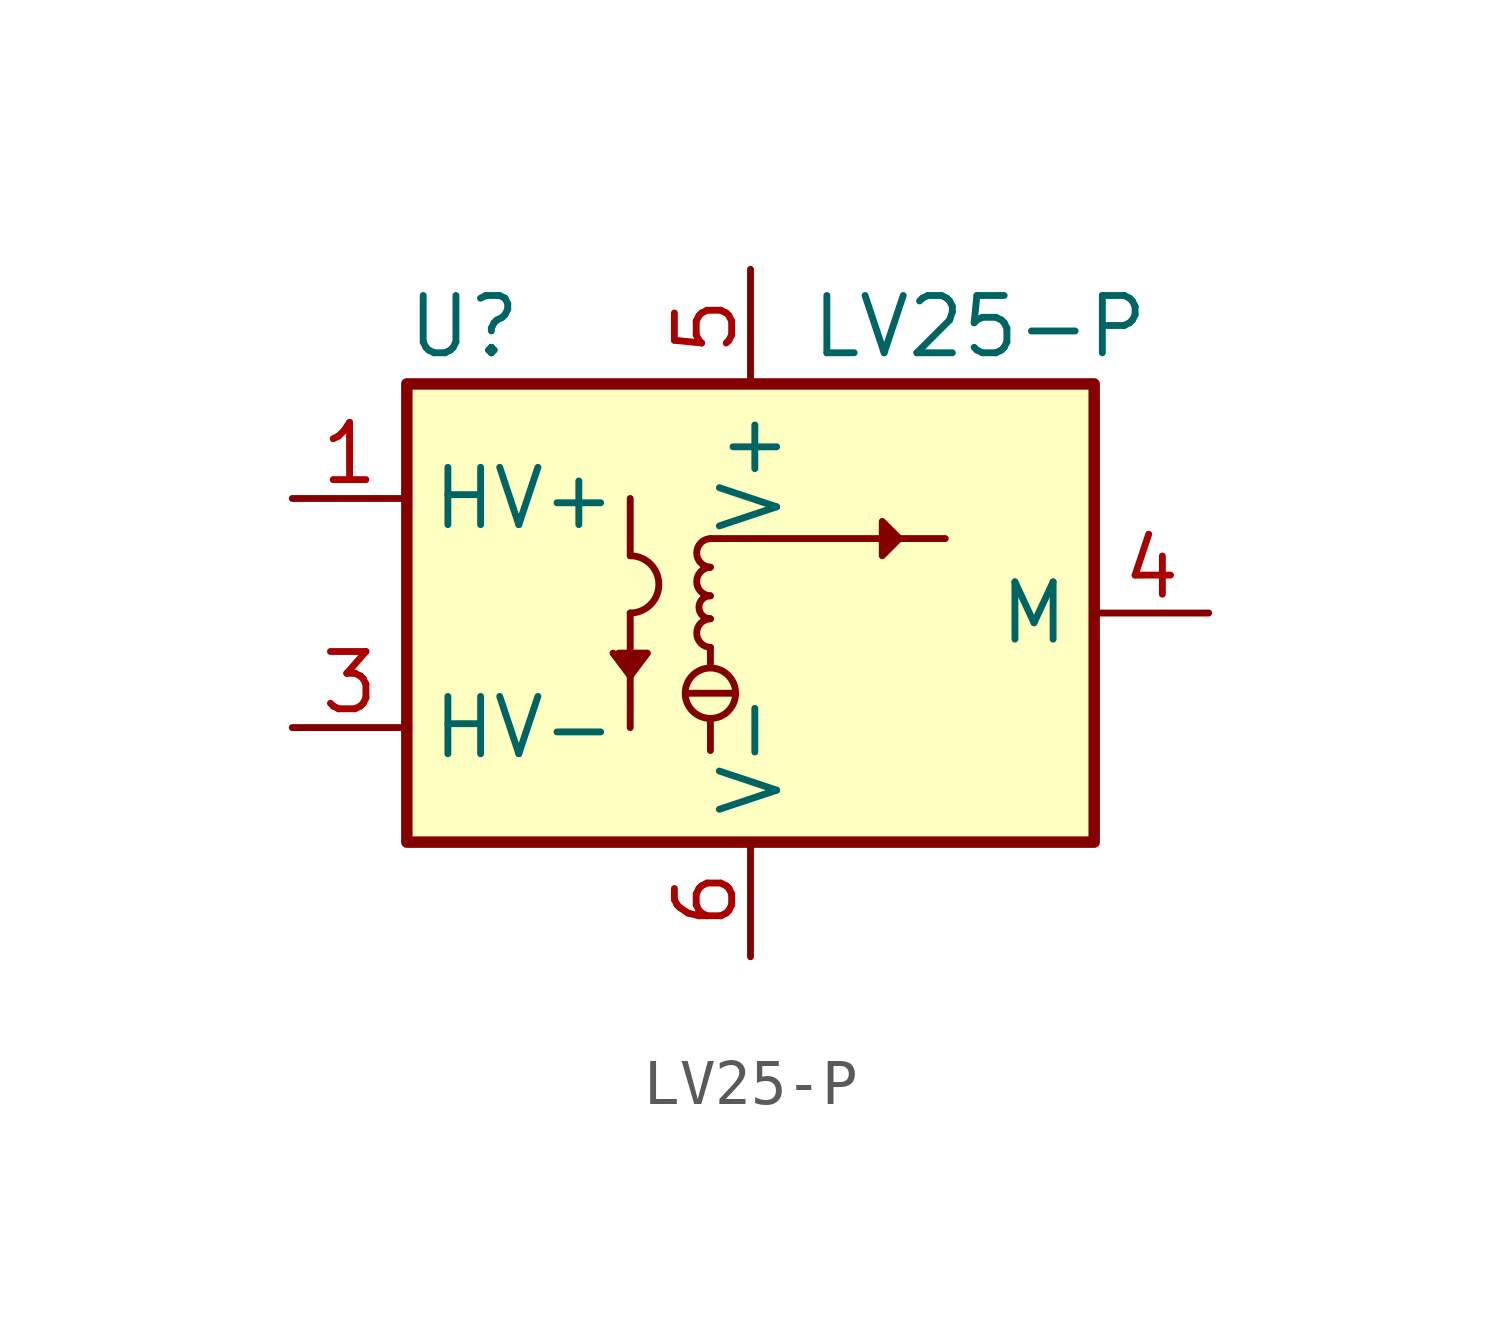
<source format=kicad_sym>
(kicad_symbol_lib
  (version 20211014)
  (generator kicad_symbol_editor)
  (symbol "LV25-P"
    (property "Reference" "U"
      (at -6.35 6.35 0)
      (effects (font (size 1.27 1.27))))
    (property "Value" "LV25-P"
      (at 5.08 6.35 0)
      (effects (font (size 1.27 1.27))))
    (symbol "LV25-P_0_1"
      (arc (start -2.667 0) (mid -2.032 0.635) (end -2.667 1.27) (stroke (width 0) (type default) (color 0 0 0 0)) (fill (type none)))
      (circle (center -0.889 -1.778) (radius 0.559) (stroke (width 0) (type default) (color 0 0 0 0)) (fill (type none)))
      (arc (start -0.889 -0.127) (mid -1.1941 -0.4445) (end -0.889 -0.762) (stroke (width 0) (type default) (color 0 0 0 0)) (fill (type none)))
      (arc (start -0.889 0.381) (mid -1.143 0.127) (end -0.889 -0.127) (stroke (width 0) (type default) (color 0 0 0 0)) (fill (type none)))
      (arc (start -0.889 1.016) (mid -1.1941 0.6985) (end -0.889 0.381) (stroke (width 0) (type default) (color 0 0 0 0)) (fill (type none)))
      (arc (start -0.889 1.651) (mid -1.1941 1.3335) (end -0.889 1.016) (stroke (width 0) (type default) (color 0 0 0 0)) (fill (type none)))
      (polyline (pts (xy -2.667 0) (xy -2.667 -2.54)) (stroke (width 0) (type default) (color 0 0 0 0)) (fill (type none)))
      (polyline (pts (xy -2.667 2.54) (xy -2.667 1.27)) (stroke (width 0) (type default) (color 0 0 0 0)) (fill (type none)))
      (polyline (pts (xy -1.397 -1.778) (xy -0.381 -1.778)) (stroke (width 0) (type default) (color 0 0 0 0)) (fill (type none)))
      (polyline (pts (xy -0.889 -2.413) (xy -0.889 -3.048)) (stroke (width 0) (type default) (color 0 0 0 0)) (fill (type none)))
      (polyline (pts (xy -0.889 -1.143) (xy -0.889 -0.762)) (stroke (width 0) (type default) (color 0 0 0 0)) (fill (type none)))
      (polyline (pts (xy -0.889 1.651) (xy 4.318 1.651)) (stroke (width 0) (type default) (color 0 0 0 0)) (fill (type none)))
      (polyline (pts (xy -2.921 -0.889) (xy -2.286 -0.889) (xy -2.667 -1.397) (xy -3.048 -0.889)) (stroke (width 0) (type default) (color 0 0 0 0)) (fill (type outline)))
      (polyline (pts (xy 3.302 1.651) (xy 2.921 2.032) (xy 2.921 1.27) (xy 3.302 1.651)) (stroke (width 0) (type default) (color 0 0 0 0)) (fill (type outline)))
      (rectangle (start 7.62 -5.08) (end -7.62 5.08) (stroke (width 0.254) (type default) (color 0 0 0 0)) (fill (type background))))
    (symbol "LV25-P_1_1"
      (pin input line (at -10.16 2.54 0) (length 2.54) (name "HV+" (effects (font (size 1.27 1.27)))) (number "1" (effects (font (size 1.27 1.27)))))
      (pin input line (at -10.16 -2.54 0) (length 2.54) (name "HV-" (effects (font (size 1.27 1.27)))) (number "3" (effects (font (size 1.27 1.27)))))
      (pin output line (at 10.16 0 180) (length 2.54) (name "M" (effects (font (size 1.27 1.27)))) (number "4" (effects (font (size 1.27 1.27)))))
      (pin power_in line (at 0 7.62 270) (length 2.54) (name "V+" (effects (font (size 1.27 1.27)))) (number "5" (effects (font (size 1.27 1.27)))))
      (pin power_in line (at 0 -7.62 90) (length 2.54) (name "V-" (effects (font (size 1.27 1.27)))) (number "6" (effects (font (size 1.27 1.27))))))))
</source>
